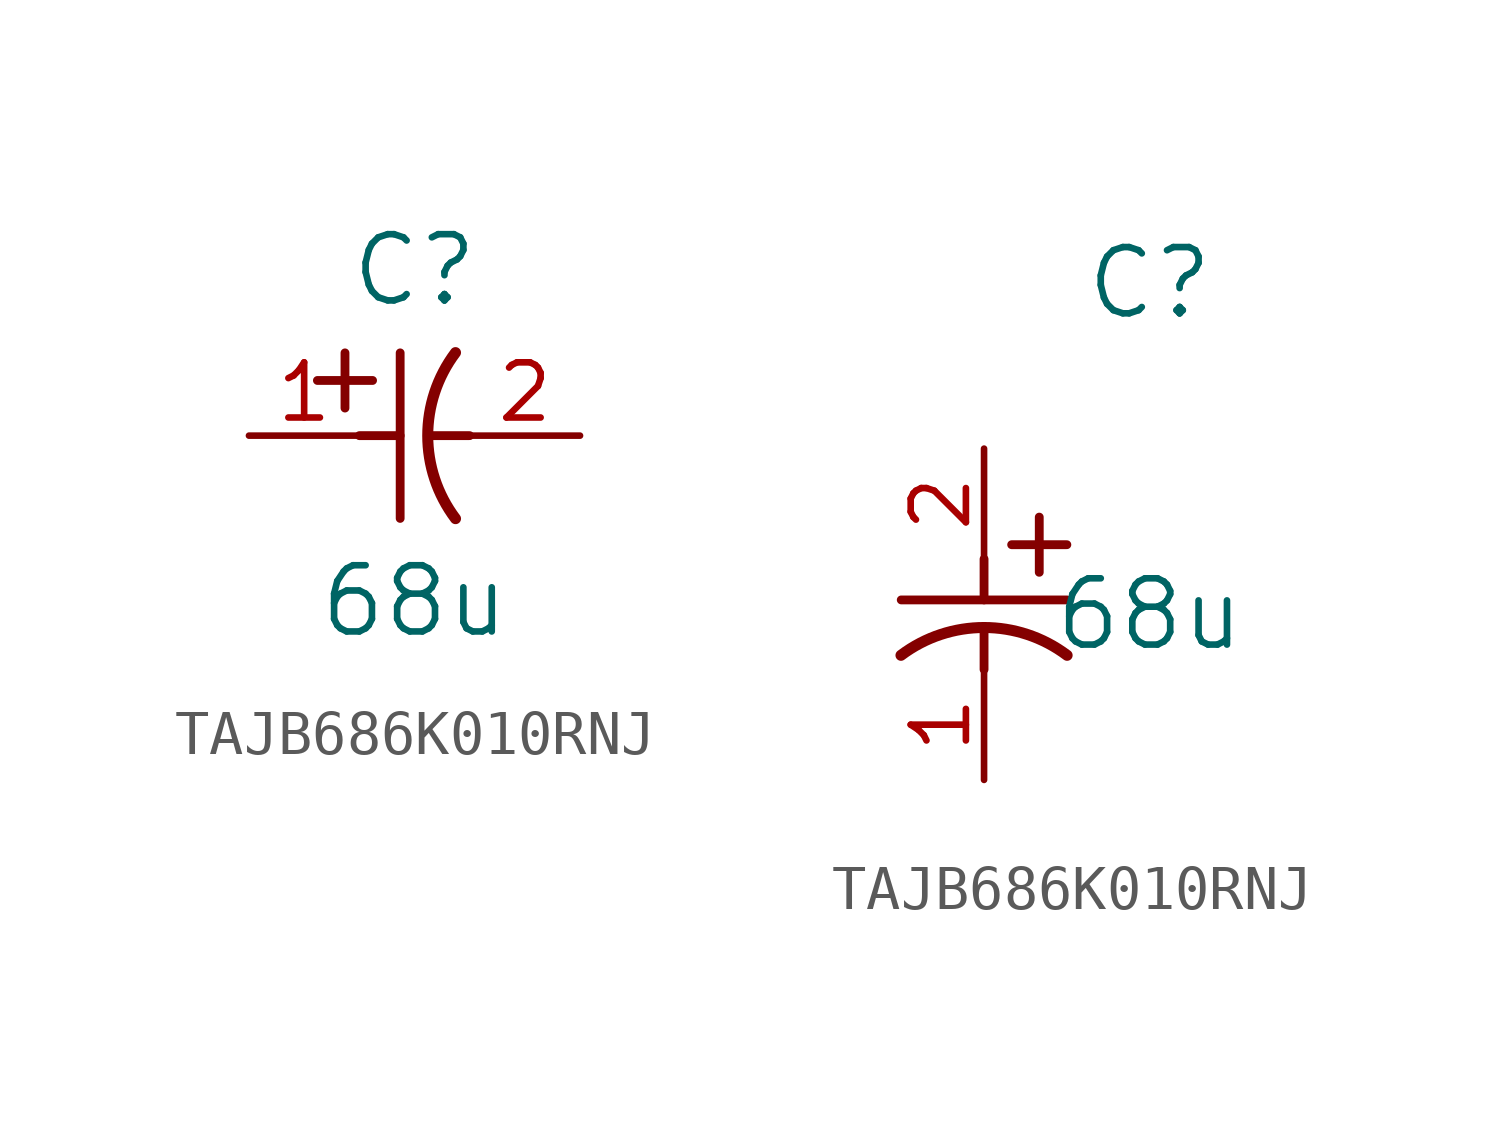
<source format=kicad_sym>
(kicad_symbol_lib
  (version 20220914)
  (generator kicad_symbol_editor)
  (symbol "TAJB686K010RNJ"
    (pin_names
      (offset 0.254))
    (property "Reference" "C"
      (at 3.81 3.81 0)
      (effects (font (size 1.524 1.524))))
    (property "Value" "68u"
      (at 3.81 -3.81 0)
      (effects (font (size 1.524 1.524))))
    (symbol "TAJB686K010RNJ_1_1"
      (polyline (pts (xy 1.575 1.27) (xy 2.845 1.27)) (stroke (width 0.203) (type default)) (fill (type none)))
      (polyline (pts (xy 2.21 0.635) (xy 2.21 1.905)) (stroke (width 0.203) (type default)) (fill (type none)))
      (polyline (pts (xy 2.54 0) (xy 3.48 0)) (stroke (width 0.203) (type default)) (fill (type none)))
      (polyline (pts (xy 3.48 -1.905) (xy 3.48 1.905)) (stroke (width 0.203) (type default)) (fill (type none)))
      (polyline (pts (xy 4.115 0) (xy 5.08 0)) (stroke (width 0.203) (type default)) (fill (type none)))
      (arc (start 4.7541 1.9108) (mid 4.1148 0) (end 4.7541 -1.9108) (stroke (width 0.254) (type default)) (fill (type none)))
      (pin passive line (at 0 0 0) (length 2.54) (name "" (effects (font (size 1.27 1.27)))) (number "1" (effects (font (size 1.27 1.27)))))
      (pin passive line (at 7.62 0 180) (length 2.54) (name "" (effects (font (size 1.27 1.27)))) (number "2" (effects (font (size 1.27 1.27))))))
    (symbol "TAJB686K010RNJ_1_2"
      (polyline (pts (xy -1.905 -3.48) (xy 1.905 -3.48)) (stroke (width 0.203) (type default)) (fill (type none)))
      (polyline (pts (xy 0 -4.115) (xy 0 -5.08)) (stroke (width 0.203) (type default)) (fill (type none)))
      (polyline (pts (xy 0 -2.54) (xy 0 -3.48)) (stroke (width 0.203) (type default)) (fill (type none)))
      (polyline (pts (xy 0.635 -2.21) (xy 1.905 -2.21)) (stroke (width 0.203) (type default)) (fill (type none)))
      (polyline (pts (xy 1.27 -1.575) (xy 1.27 -2.845)) (stroke (width 0.203) (type default)) (fill (type none)))
      (arc (start 1.9108 -4.7541) (mid 0 -4.1148) (end -1.9108 -4.7541) (stroke (width 0.254) (type default)) (fill (type none)))
      (pin unspecified line (at 0 -7.62 90) (length 2.54) (name "" (effects (font (size 1.27 1.27)))) (number "1" (effects (font (size 1.27 1.27)))))
      (pin unspecified line (at 0 0 270) (length 2.54) (name "" (effects (font (size 1.27 1.27)))) (number "2" (effects (font (size 1.27 1.27))))))))
</source>
